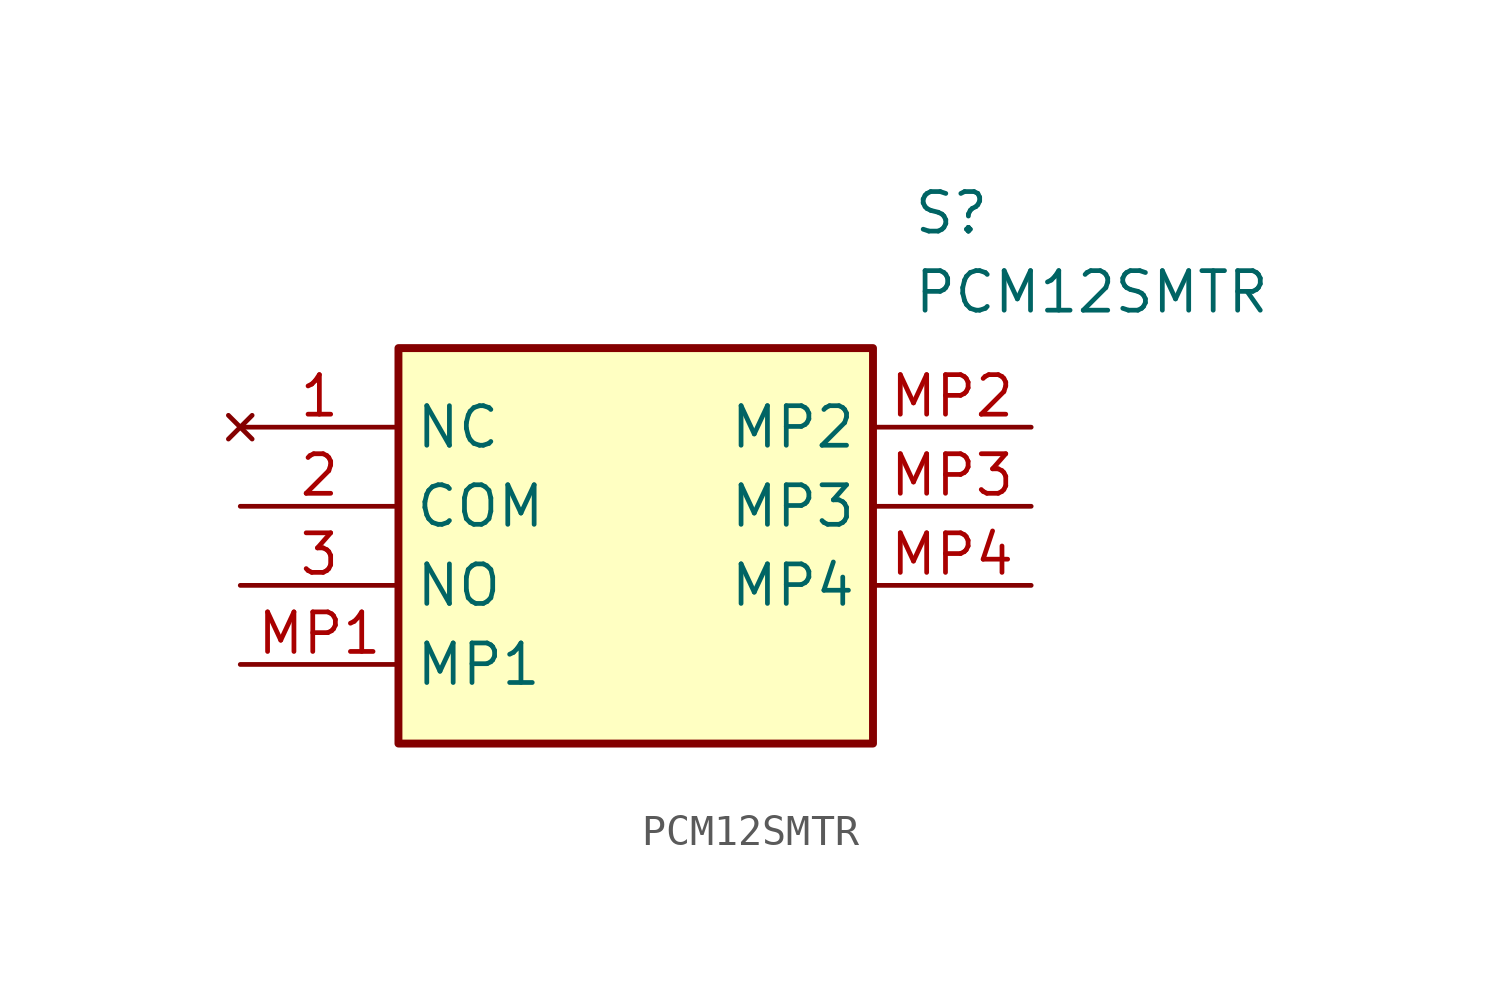
<source format=kicad_sym>
(kicad_symbol_lib
  (version 20211014)
  (generator SamacSys_ECAD_Model)
  (symbol "PCM12SMTR"
    (property "Reference" "S"
      (at 21.59 7.62 0)
      (effects (font (size 1.27 1.27)) (justify left top)))
    (property "Value" "PCM12SMTR"
      (at 21.59 5.08 0)
      (effects (font (size 1.27 1.27)) (justify left top)))
    (rectangle
      (start 5.08 2.54)
      (end 20.32 -10.16)
      (stroke (width 0.254) (type default))
      (fill (type background)))
    (pin no_connect line
      (at 0 0 0)
      (length 5.08)
      (name "NC" (effects (font (size 1.27 1.27))))
      (number "1" (effects (font (size 1.27 1.27)))))
    (pin passive line
      (at 0 -2.54 0)
      (length 5.08)
      (name "COM" (effects (font (size 1.27 1.27))))
      (number "2" (effects (font (size 1.27 1.27)))))
    (pin passive line
      (at 0 -5.08 0)
      (length 5.08)
      (name "NO" (effects (font (size 1.27 1.27))))
      (number "3" (effects (font (size 1.27 1.27)))))
    (pin passive line
      (at 0 -7.62 0)
      (length 5.08)
      (name "MP1" (effects (font (size 1.27 1.27))))
      (number "MP1" (effects (font (size 1.27 1.27)))))
    (pin passive line
      (at 25.4 0 180)
      (length 5.08)
      (name "MP2" (effects (font (size 1.27 1.27))))
      (number "MP2" (effects (font (size 1.27 1.27)))))
    (pin passive line
      (at 25.4 -2.54 180)
      (length 5.08)
      (name "MP3" (effects (font (size 1.27 1.27))))
      (number "MP3" (effects (font (size 1.27 1.27)))))
    (pin passive line
      (at 25.4 -5.08 180)
      (length 5.08)
      (name "MP4" (effects (font (size 1.27 1.27))))
      (number "MP4" (effects (font (size 1.27 1.27)))))))
</source>
